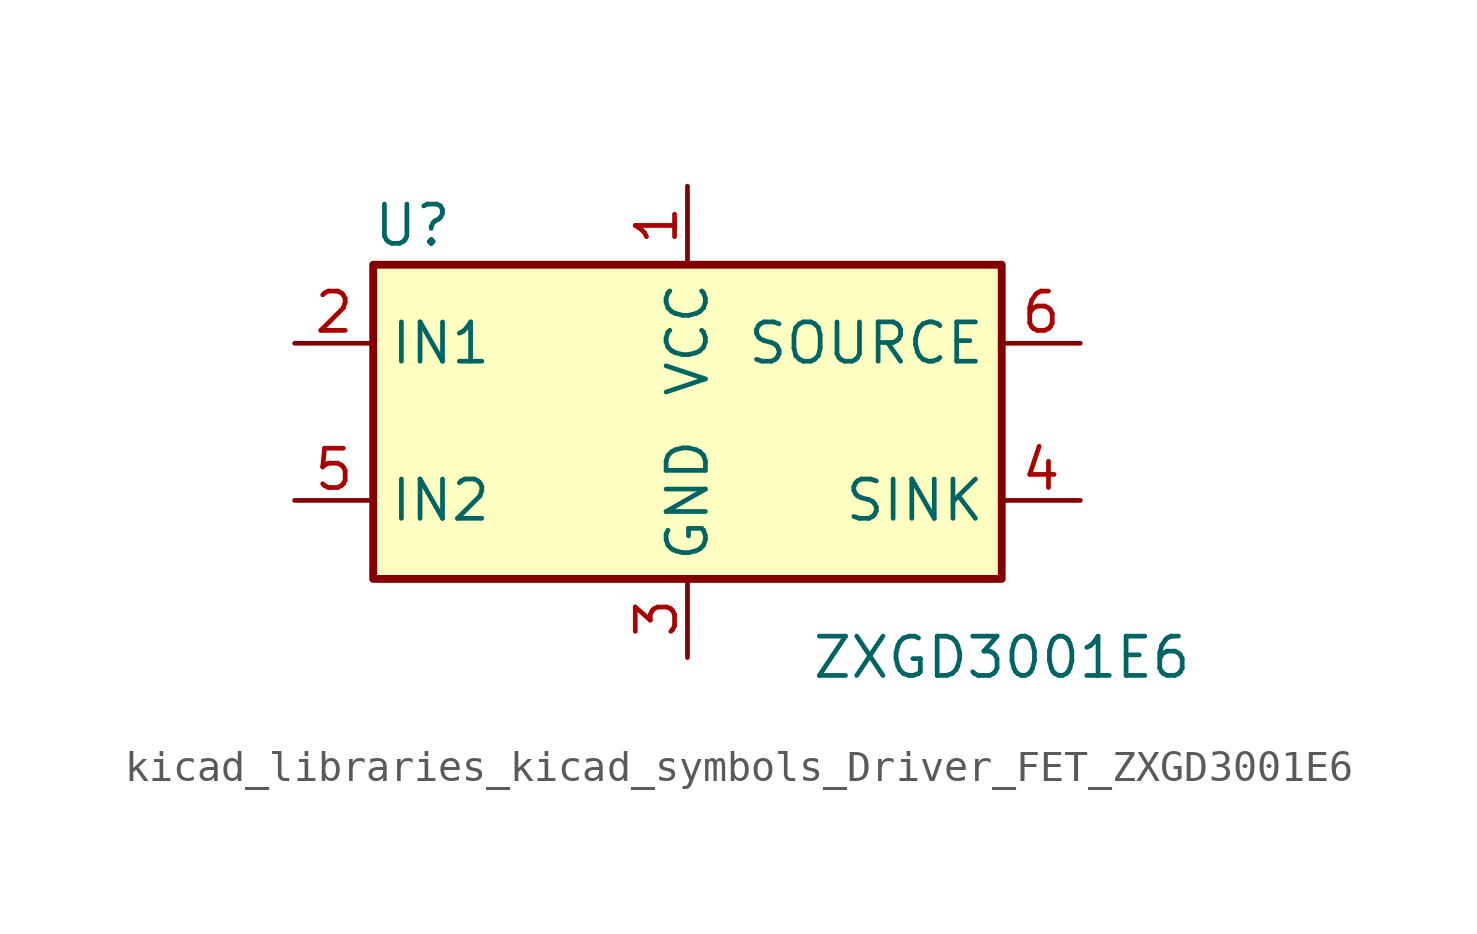
<source format=kicad_sym>
(kicad_symbol_lib
  (version 20220914)
  (generator kicad_symbol_editor)
  (symbol "kicad_libraries_kicad_symbols_Driver_FET_ZXGD3001E6"
    (property "Reference" "U"
      (at -8.89 6.35 0)
      (effects (font (size 1.27 1.27))))
    (property "Value" "ZXGD3001E6"
      (at 10.16 -7.62 0)
      (effects (font (size 1.27 1.27))))
    (symbol "kicad_libraries_kicad_symbols_Driver_FET_ZXGD3001E6_0_1"
      (rectangle (start -10.16 5.08) (end 10.16 -5.08) (stroke (width 0.254) (type default)) (fill (type background))))
    (symbol "kicad_libraries_kicad_symbols_Driver_FET_ZXGD3001E6_1_1"
      (pin power_in line (at 0 7.62 270) (length 2.54) (name "VCC" (effects (font (size 1.27 1.27)))) (number "1" (effects (font (size 1.27 1.27)))))
      (pin input line (at -12.7 2.54 0) (length 2.54) (name "IN1" (effects (font (size 1.27 1.27)))) (number "2" (effects (font (size 1.27 1.27)))))
      (pin power_in line (at 0 -7.62 90) (length 2.54) (name "GND" (effects (font (size 1.27 1.27)))) (number "3" (effects (font (size 1.27 1.27)))))
      (pin open_collector line (at 12.7 -2.54 180) (length 2.54) (name "SINK" (effects (font (size 1.27 1.27)))) (number "4" (effects (font (size 1.27 1.27)))))
      (pin input line (at -12.7 -2.54 0) (length 2.54) (name "IN2" (effects (font (size 1.27 1.27)))) (number "5" (effects (font (size 1.27 1.27)))))
      (pin open_emitter line (at 12.7 2.54 180) (length 2.54) (name "SOURCE" (effects (font (size 1.27 1.27)))) (number "6" (effects (font (size 1.27 1.27))))))))
</source>
